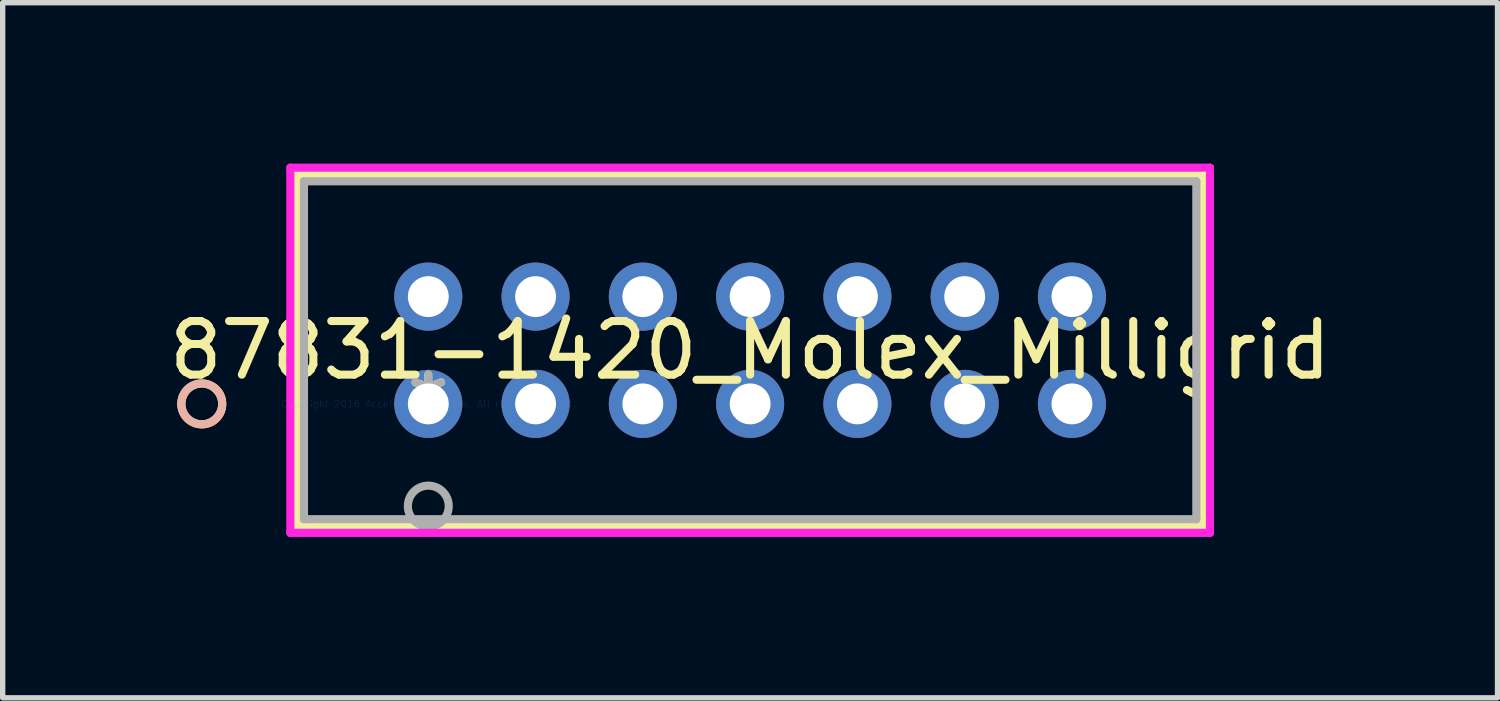
<source format=kicad_pcb>
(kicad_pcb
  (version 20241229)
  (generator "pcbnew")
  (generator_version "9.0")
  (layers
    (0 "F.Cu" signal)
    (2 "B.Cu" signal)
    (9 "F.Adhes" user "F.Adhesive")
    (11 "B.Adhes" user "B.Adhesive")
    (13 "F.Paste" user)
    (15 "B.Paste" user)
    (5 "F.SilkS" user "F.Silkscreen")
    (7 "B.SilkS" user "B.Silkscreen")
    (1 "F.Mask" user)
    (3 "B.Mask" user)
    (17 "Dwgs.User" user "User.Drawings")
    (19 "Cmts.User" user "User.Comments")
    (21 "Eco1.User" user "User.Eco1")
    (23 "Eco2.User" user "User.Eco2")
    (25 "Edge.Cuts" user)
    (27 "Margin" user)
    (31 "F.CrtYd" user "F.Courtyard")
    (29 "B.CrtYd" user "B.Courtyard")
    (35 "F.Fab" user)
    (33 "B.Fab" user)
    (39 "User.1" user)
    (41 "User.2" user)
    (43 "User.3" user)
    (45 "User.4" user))
  (footprint "87831-1420_Molex_Milligrid"
    (layer "F.Cu")
    (at 4.935 4.48)
    (property "Reference" "87831-1420_Molex_Milligrid" (at 6 -1 0) (layer "F.SilkS") (effects (font (size 1 1) (thickness 0.15))))
    (attr through_hole)
    (fp_line (start -2.445 -4.277) (end -2.445 2.277) (stroke (width 0.152) (type solid)) (layer "F.SilkS"))
    (fp_line (start -2.445 2.277) (end 14.446 2.277) (stroke (width 0.152) (type solid)) (layer "F.SilkS"))
    (fp_line (start 14.446 -4.277) (end -2.445 -4.277) (stroke (width 0.152) (type solid)) (layer "F.SilkS"))
    (fp_line (start 14.446 2.277) (end 14.446 -4.277) (stroke (width 0.152) (type solid)) (layer "F.SilkS"))
    (fp_circle (center -4.223 0) (end -3.842 0) (stroke (width 0.152) (type solid)) (fill no) (layer "F.SilkS"))
    (fp_circle (center -4.223 0) (end -3.842 0) (stroke (width 0.152) (type solid)) (fill no) (layer "B.SilkS"))
    (fp_line (start -2.572 -4.404) (end -2.572 2.404) (stroke (width 0.152) (type solid)) (layer "F.CrtYd"))
    (fp_line (start -2.572 2.404) (end 14.573 2.404) (stroke (width 0.152) (type solid)) (layer "F.CrtYd"))
    (fp_line (start 14.573 -4.404) (end -2.572 -4.404) (stroke (width 0.152) (type solid)) (layer "F.CrtYd"))
    (fp_line (start 14.573 2.404) (end 14.573 -4.404) (stroke (width 0.152) (type solid)) (layer "F.CrtYd"))
    (fp_line (start -2.318 -4.15) (end -2.318 2.15) (stroke (width 0.152) (type solid)) (layer "F.Fab"))
    (fp_line (start -2.318 2.15) (end 14.319 2.15) (stroke (width 0.152) (type solid)) (layer "F.Fab"))
    (fp_line (start 14.319 -4.15) (end -2.318 -4.15) (stroke (width 0.152) (type solid)) (layer "F.Fab"))
    (fp_line (start 14.319 2.15) (end 14.319 -4.15) (stroke (width 0.152) (type solid)) (layer "F.Fab"))
    (fp_circle (center 0 1.905) (end 0.381 1.905) (stroke (width 0.152) (type solid)) (fill no) (layer "F.Fab"))
    (fp_text user "*" (at 0 0 0) (layer "F.SilkS") (effects (font (size 1 1) (thickness 0.15))))
    (fp_text user "Copyright 2016 Accelerated Designs. All rights reserved." (at 0 0 0) (layer "Cmts.User") (effects (font (size 0.127 0.127) (thickness 0.002))))
    (fp_text user "*" (at 0 0 0) (layer "F.Fab") (effects (font (size 1 1) (thickness 0.15))))
    (pad "1" thru_hole circle (at 0 0.000001) (size 1.27 1.27) (drill 0.762) (layers "*.Cu" "*.Mask"))
    (pad "2" thru_hole circle (at 2 0.000001) (size 1.27 1.27) (drill 0.762) (layers "*.Cu" "*.Mask"))
    (pad "3" thru_hole circle (at 4 0.000001) (size 1.27 1.27) (drill 0.762) (layers "*.Cu" "*.Mask"))
    (pad "4" thru_hole circle (at 6 0.000001) (size 1.27 1.27) (drill 0.762) (layers "*.Cu" "*.Mask"))
    (pad "5" thru_hole circle (at 8 0.000001) (size 1.27 1.27) (drill 0.762) (layers "*.Cu" "*.Mask"))
    (pad "6" thru_hole circle (at 10 0.000001) (size 1.27 1.27) (drill 0.762) (layers "*.Cu" "*.Mask"))
    (pad "7" thru_hole circle (at 12 0.000001) (size 1.27 1.27) (drill 0.762) (layers "*.Cu" "*.Mask"))
    (pad "8" thru_hole circle (at 0 -2) (size 1.27 1.27) (drill 0.762) (layers "*.Cu" "*.Mask"))
    (pad "9" thru_hole circle (at 2 -2) (size 1.27 1.27) (drill 0.762) (layers "*.Cu" "*.Mask"))
    (pad "10" thru_hole circle (at 4 -2) (size 1.27 1.27) (drill 0.762) (layers "*.Cu" "*.Mask"))
    (pad "11" thru_hole circle (at 6 -2) (size 1.27 1.27) (drill 0.762) (layers "*.Cu" "*.Mask"))
    (pad "12" thru_hole circle (at 8 -2) (size 1.27 1.27) (drill 0.762) (layers "*.Cu" "*.Mask"))
    (pad "13" thru_hole circle (at 10 -2) (size 1.27 1.27) (drill 0.762) (layers "*.Cu" "*.Mask"))
    (pad "14" thru_hole circle (at 12 -2) (size 1.27 1.27) (drill 0.762) (layers "*.Cu" "*.Mask")))
  (gr_rect
    (start -3 -3)
    (end 24.869 9.96)
    (stroke (width 0.1) (type default))
    (fill no)
    (layer "Edge.Cuts")))
</source>
